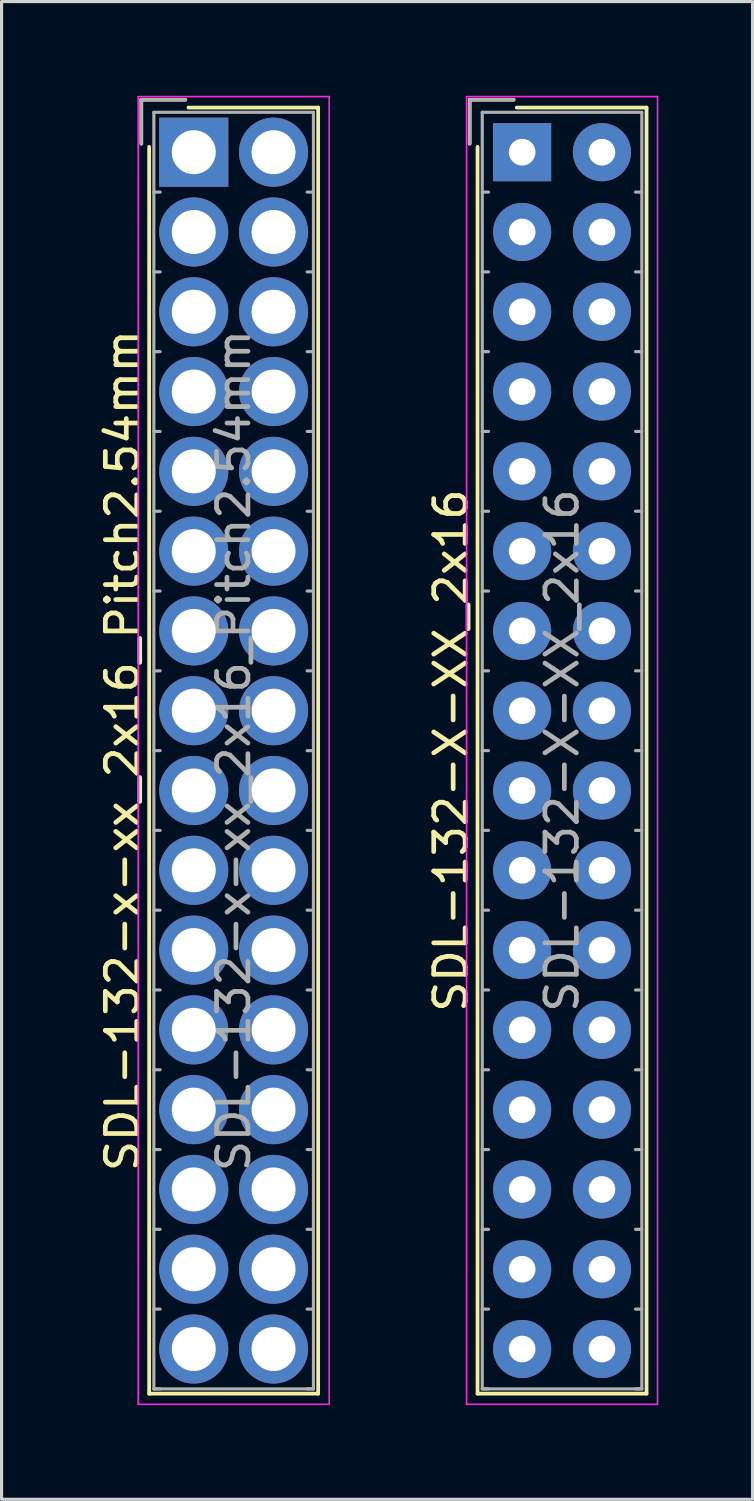
<source format=kicad_pcb>
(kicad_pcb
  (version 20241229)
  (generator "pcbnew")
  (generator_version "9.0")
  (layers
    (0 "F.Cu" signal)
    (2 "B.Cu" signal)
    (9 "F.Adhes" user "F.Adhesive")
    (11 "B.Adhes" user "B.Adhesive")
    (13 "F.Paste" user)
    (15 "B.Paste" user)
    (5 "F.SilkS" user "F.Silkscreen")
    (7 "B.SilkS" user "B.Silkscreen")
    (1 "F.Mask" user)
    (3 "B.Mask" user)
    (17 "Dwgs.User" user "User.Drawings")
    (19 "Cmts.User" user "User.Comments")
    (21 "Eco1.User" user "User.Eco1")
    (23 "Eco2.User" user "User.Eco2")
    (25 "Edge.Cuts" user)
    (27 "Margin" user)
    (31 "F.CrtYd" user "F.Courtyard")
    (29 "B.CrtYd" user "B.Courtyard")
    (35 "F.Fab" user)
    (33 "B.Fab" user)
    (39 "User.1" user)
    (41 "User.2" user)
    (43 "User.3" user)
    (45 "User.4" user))
  (footprint "SDL-132-X-XX_2x16"
    (layer "F.Cu")
    (at 13.572 1.795)
    (property "Reference" "SDL-132-X-XX_2x16" (at -2.27 19.05 90) (layer "F.SilkS") (effects (font (size 1 1) (thickness 0.15))))
    (attr through_hole)
    (fp_line (start -1.67 -1.67) (end -1.67 -0.27) (stroke (width 0.12) (type solid)) (layer "F.SilkS"))
    (fp_line (start -1.42 39.52) (end -1.42 -0.17) (stroke (width 0.12) (type solid)) (layer "F.SilkS"))
    (fp_line (start -0.27 -1.67) (end -1.67 -1.67) (stroke (width 0.12) (type solid)) (layer "F.SilkS"))
    (fp_line (start -0.17 -1.42) (end 3.96 -1.42) (stroke (width 0.12) (type solid)) (layer "F.SilkS"))
    (fp_line (start 3.96 -1.42) (end 3.96 39.52) (stroke (width 0.12) (type solid)) (layer "F.SilkS"))
    (fp_line (start 3.96 39.52) (end -1.42 39.52) (stroke (width 0.12) (type solid)) (layer "F.SilkS"))
    (fp_line (start -1.77 -1.77) (end -1.77 39.86) (stroke (width 0.05) (type solid)) (layer "F.CrtYd"))
    (fp_line (start -1.77 39.86) (end 4.31 39.86) (stroke (width 0.05) (type solid)) (layer "F.CrtYd"))
    (fp_line (start 4.31 -1.77) (end -1.77 -1.77) (stroke (width 0.05) (type solid)) (layer "F.CrtYd"))
    (fp_line (start 4.31 39.86) (end 4.31 -1.77) (stroke (width 0.05) (type solid)) (layer "F.CrtYd"))
    (fp_line (start -1.67 -1.67) (end -1.67 -0.27) (stroke (width 0.1) (type solid)) (layer "F.Fab"))
    (fp_line (start -1.27 -1.27) (end -1.27 39.37) (stroke (width 0.1) (type solid)) (layer "F.Fab"))
    (fp_line (start -1.27 1.27) (end -1.07 1.27) (stroke (width 0.1) (type solid)) (layer "F.Fab"))
    (fp_line (start -1.27 3.81) (end -1.07 3.81) (stroke (width 0.1) (type solid)) (layer "F.Fab"))
    (fp_line (start -1.27 6.35) (end -1.07 6.35) (stroke (width 0.1) (type solid)) (layer "F.Fab"))
    (fp_line (start -1.27 8.89) (end -1.07 8.89) (stroke (width 0.1) (type solid)) (layer "F.Fab"))
    (fp_line (start -1.27 11.43) (end -1.07 11.43) (stroke (width 0.1) (type solid)) (layer "F.Fab"))
    (fp_line (start -1.27 13.97) (end -1.07 13.97) (stroke (width 0.1) (type solid)) (layer "F.Fab"))
    (fp_line (start -1.27 16.51) (end -1.07 16.51) (stroke (width 0.1) (type solid)) (layer "F.Fab"))
    (fp_line (start -1.27 19.05) (end -1.07 19.05) (stroke (width 0.1) (type solid)) (layer "F.Fab"))
    (fp_line (start -1.27 21.59) (end -1.07 21.59) (stroke (width 0.1) (type solid)) (layer "F.Fab"))
    (fp_line (start -1.27 24.13) (end -1.07 24.13) (stroke (width 0.1) (type solid)) (layer "F.Fab"))
    (fp_line (start -1.27 26.67) (end -1.07 26.67) (stroke (width 0.1) (type solid)) (layer "F.Fab"))
    (fp_line (start -1.27 29.21) (end -1.07 29.21) (stroke (width 0.1) (type solid)) (layer "F.Fab"))
    (fp_line (start -1.27 31.75) (end -1.07 31.75) (stroke (width 0.1) (type solid)) (layer "F.Fab"))
    (fp_line (start -1.27 34.29) (end -1.07 34.29) (stroke (width 0.1) (type solid)) (layer "F.Fab"))
    (fp_line (start -1.27 36.83) (end -1.07 36.83) (stroke (width 0.1) (type solid)) (layer "F.Fab"))
    (fp_line (start -1.27 39.37) (end -1.07 39.37) (stroke (width 0.1) (type solid)) (layer "F.Fab"))
    (fp_line (start -1.27 39.37) (end 3.81 39.37) (stroke (width 0.1) (type solid)) (layer "F.Fab"))
    (fp_line (start -0.27 -1.67) (end -1.67 -1.67) (stroke (width 0.1) (type solid)) (layer "F.Fab"))
    (fp_line (start 3.81 -1.27) (end -1.27 -1.27) (stroke (width 0.1) (type solid)) (layer "F.Fab"))
    (fp_line (start 3.81 1.27) (end 3.61 1.27) (stroke (width 0.1) (type solid)) (layer "F.Fab"))
    (fp_line (start 3.81 3.81) (end 3.61 3.81) (stroke (width 0.1) (type solid)) (layer "F.Fab"))
    (fp_line (start 3.81 6.35) (end 3.61 6.35) (stroke (width 0.1) (type solid)) (layer "F.Fab"))
    (fp_line (start 3.81 8.89) (end 3.61 8.89) (stroke (width 0.1) (type solid)) (layer "F.Fab"))
    (fp_line (start 3.81 11.43) (end 3.61 11.43) (stroke (width 0.1) (type solid)) (layer "F.Fab"))
    (fp_line (start 3.81 13.97) (end 3.61 13.97) (stroke (width 0.1) (type solid)) (layer "F.Fab"))
    (fp_line (start 3.81 16.51) (end 3.61 16.51) (stroke (width 0.1) (type solid)) (layer "F.Fab"))
    (fp_line (start 3.81 19.05) (end 3.61 19.05) (stroke (width 0.1) (type solid)) (layer "F.Fab"))
    (fp_line (start 3.81 21.59) (end 3.61 21.59) (stroke (width 0.1) (type solid)) (layer "F.Fab"))
    (fp_line (start 3.81 24.13) (end 3.61 24.13) (stroke (width 0.1) (type solid)) (layer "F.Fab"))
    (fp_line (start 3.81 26.67) (end 3.61 26.67) (stroke (width 0.1) (type solid)) (layer "F.Fab"))
    (fp_line (start 3.81 29.21) (end 3.61 29.21) (stroke (width 0.1) (type solid)) (layer "F.Fab"))
    (fp_line (start 3.81 31.75) (end 3.61 31.75) (stroke (width 0.1) (type solid)) (layer "F.Fab"))
    (fp_line (start 3.81 34.29) (end 3.61 34.29) (stroke (width 0.1) (type solid)) (layer "F.Fab"))
    (fp_line (start 3.81 36.83) (end 3.61 36.83) (stroke (width 0.1) (type solid)) (layer "F.Fab"))
    (fp_line (start 3.81 39.37) (end 3.61 39.37) (stroke (width 0.1) (type solid)) (layer "F.Fab"))
    (fp_line (start 3.81 39.37) (end 3.81 -1.27) (stroke (width 0.1) (type solid)) (layer "F.Fab"))
    (fp_text user "${REFERENCE}" (at 1.27 19.05 90) (layer "F.Fab") (effects (font (size 1 1) (thickness 0.15))))
    (pad "1" thru_hole rect (at 0 0) (size 1.85 1.85) (drill 0.85) (layers "*.Cu" "*.Mask"))
    (pad "2" thru_hole circle (at 2.54 0) (size 1.85 1.85) (drill 0.85) (layers "*.Cu" "*.Mask"))
    (pad "3" thru_hole circle (at 0 2.54) (size 1.85 1.85) (drill 0.85) (layers "*.Cu" "*.Mask"))
    (pad "4" thru_hole circle (at 2.54 2.54) (size 1.85 1.85) (drill 0.85) (layers "*.Cu" "*.Mask"))
    (pad "5" thru_hole circle (at 0 5.08) (size 1.85 1.85) (drill 0.85) (layers "*.Cu" "*.Mask"))
    (pad "6" thru_hole circle (at 2.54 5.08) (size 1.85 1.85) (drill 0.85) (layers "*.Cu" "*.Mask"))
    (pad "7" thru_hole circle (at 0 7.62) (size 1.85 1.85) (drill 0.85) (layers "*.Cu" "*.Mask"))
    (pad "8" thru_hole circle (at 2.54 7.62) (size 1.85 1.85) (drill 0.85) (layers "*.Cu" "*.Mask"))
    (pad "9" thru_hole circle (at 0 10.16) (size 1.85 1.85) (drill 0.85) (layers "*.Cu" "*.Mask"))
    (pad "10" thru_hole circle (at 2.54 10.16) (size 1.85 1.85) (drill 0.85) (layers "*.Cu" "*.Mask"))
    (pad "11" thru_hole circle (at 0 12.7) (size 1.85 1.85) (drill 0.85) (layers "*.Cu" "*.Mask"))
    (pad "12" thru_hole circle (at 2.54 12.7) (size 1.85 1.85) (drill 0.85) (layers "*.Cu" "*.Mask"))
    (pad "13" thru_hole circle (at 0 15.24) (size 1.85 1.85) (drill 0.85) (layers "*.Cu" "*.Mask"))
    (pad "14" thru_hole circle (at 2.54 15.24) (size 1.85 1.85) (drill 0.85) (layers "*.Cu" "*.Mask"))
    (pad "15" thru_hole circle (at 0 17.78) (size 1.85 1.85) (drill 0.85) (layers "*.Cu" "*.Mask"))
    (pad "16" thru_hole circle (at 2.54 17.78) (size 1.85 1.85) (drill 0.85) (layers "*.Cu" "*.Mask"))
    (pad "17" thru_hole circle (at 0 20.32) (size 1.85 1.85) (drill 0.85) (layers "*.Cu" "*.Mask"))
    (pad "18" thru_hole circle (at 2.54 20.32) (size 1.85 1.85) (drill 0.85) (layers "*.Cu" "*.Mask"))
    (pad "19" thru_hole circle (at 0 22.86) (size 1.85 1.85) (drill 0.85) (layers "*.Cu" "*.Mask"))
    (pad "20" thru_hole circle (at 2.54 22.86) (size 1.85 1.85) (drill 0.85) (layers "*.Cu" "*.Mask"))
    (pad "21" thru_hole circle (at 0 25.4) (size 1.85 1.85) (drill 0.85) (layers "*.Cu" "*.Mask"))
    (pad "22" thru_hole circle (at 2.54 25.4) (size 1.85 1.85) (drill 0.85) (layers "*.Cu" "*.Mask"))
    (pad "23" thru_hole circle (at 0 27.94) (size 1.85 1.85) (drill 0.85) (layers "*.Cu" "*.Mask"))
    (pad "24" thru_hole circle (at 2.54 27.94) (size 1.85 1.85) (drill 0.85) (layers "*.Cu" "*.Mask"))
    (pad "25" thru_hole circle (at 0 30.48) (size 1.85 1.85) (drill 0.85) (layers "*.Cu" "*.Mask"))
    (pad "26" thru_hole circle (at 2.54 30.48) (size 1.85 1.85) (drill 0.85) (layers "*.Cu" "*.Mask"))
    (pad "27" thru_hole circle (at 0 33.02) (size 1.85 1.85) (drill 0.85) (layers "*.Cu" "*.Mask"))
    (pad "28" thru_hole circle (at 2.54 33.02) (size 1.85 1.85) (drill 0.85) (layers "*.Cu" "*.Mask"))
    (pad "29" thru_hole circle (at 0 35.56) (size 1.85 1.85) (drill 0.85) (layers "*.Cu" "*.Mask"))
    (pad "30" thru_hole circle (at 2.54 35.56) (size 1.85 1.85) (drill 0.85) (layers "*.Cu" "*.Mask"))
    (pad "31" thru_hole circle (at 0 38.1) (size 1.85 1.85) (drill 0.85) (layers "*.Cu" "*.Mask"))
    (pad "32" thru_hole circle (at 2.54 38.1) (size 1.85 1.85) (drill 0.85) (layers "*.Cu" "*.Mask")))
  (footprint "SDL-132-x-xx_2x16_Pitch2.54mm"
    (layer "F.Cu")
    (at 3.118 1.795)
    (property "Reference" "SDL-132-x-xx_2x16_Pitch2.54mm" (at -2.27 19.05 90) (layer "F.SilkS") (effects (font (size 1 1) (thickness 0.15))))
    (attr through_hole)
    (fp_line (start -1.67 -1.67) (end -1.67 -0.27) (stroke (width 0.12) (type solid)) (layer "F.SilkS"))
    (fp_line (start -1.42 39.52) (end -1.42 -0.17) (stroke (width 0.12) (type solid)) (layer "F.SilkS"))
    (fp_line (start -0.27 -1.67) (end -1.67 -1.67) (stroke (width 0.12) (type solid)) (layer "F.SilkS"))
    (fp_line (start -0.17 -1.42) (end 3.96 -1.42) (stroke (width 0.12) (type solid)) (layer "F.SilkS"))
    (fp_line (start 3.96 -1.42) (end 3.96 39.52) (stroke (width 0.12) (type solid)) (layer "F.SilkS"))
    (fp_line (start 3.96 39.52) (end -1.42 39.52) (stroke (width 0.12) (type solid)) (layer "F.SilkS"))
    (fp_line (start -1.77 -1.77) (end -1.77 39.86) (stroke (width 0.05) (type solid)) (layer "F.CrtYd"))
    (fp_line (start -1.77 39.86) (end 4.31 39.86) (stroke (width 0.05) (type solid)) (layer "F.CrtYd"))
    (fp_line (start 4.31 -1.77) (end -1.77 -1.77) (stroke (width 0.05) (type solid)) (layer "F.CrtYd"))
    (fp_line (start 4.31 39.86) (end 4.31 -1.77) (stroke (width 0.05) (type solid)) (layer "F.CrtYd"))
    (fp_line (start -1.67 -1.67) (end -1.67 -0.27) (stroke (width 0.1) (type solid)) (layer "F.Fab"))
    (fp_line (start -1.27 -1.27) (end -1.27 39.37) (stroke (width 0.1) (type solid)) (layer "F.Fab"))
    (fp_line (start -1.27 1.27) (end -1.07 1.27) (stroke (width 0.1) (type solid)) (layer "F.Fab"))
    (fp_line (start -1.27 3.81) (end -1.07 3.81) (stroke (width 0.1) (type solid)) (layer "F.Fab"))
    (fp_line (start -1.27 6.35) (end -1.07 6.35) (stroke (width 0.1) (type solid)) (layer "F.Fab"))
    (fp_line (start -1.27 8.89) (end -1.07 8.89) (stroke (width 0.1) (type solid)) (layer "F.Fab"))
    (fp_line (start -1.27 11.43) (end -1.07 11.43) (stroke (width 0.1) (type solid)) (layer "F.Fab"))
    (fp_line (start -1.27 13.97) (end -1.07 13.97) (stroke (width 0.1) (type solid)) (layer "F.Fab"))
    (fp_line (start -1.27 16.51) (end -1.07 16.51) (stroke (width 0.1) (type solid)) (layer "F.Fab"))
    (fp_line (start -1.27 19.05) (end -1.07 19.05) (stroke (width 0.1) (type solid)) (layer "F.Fab"))
    (fp_line (start -1.27 21.59) (end -1.07 21.59) (stroke (width 0.1) (type solid)) (layer "F.Fab"))
    (fp_line (start -1.27 24.13) (end -1.07 24.13) (stroke (width 0.1) (type solid)) (layer "F.Fab"))
    (fp_line (start -1.27 26.67) (end -1.07 26.67) (stroke (width 0.1) (type solid)) (layer "F.Fab"))
    (fp_line (start -1.27 29.21) (end -1.07 29.21) (stroke (width 0.1) (type solid)) (layer "F.Fab"))
    (fp_line (start -1.27 31.75) (end -1.07 31.75) (stroke (width 0.1) (type solid)) (layer "F.Fab"))
    (fp_line (start -1.27 34.29) (end -1.07 34.29) (stroke (width 0.1) (type solid)) (layer "F.Fab"))
    (fp_line (start -1.27 36.83) (end -1.07 36.83) (stroke (width 0.1) (type solid)) (layer "F.Fab"))
    (fp_line (start -1.27 39.37) (end -1.07 39.37) (stroke (width 0.1) (type solid)) (layer "F.Fab"))
    (fp_line (start -1.27 39.37) (end 3.81 39.37) (stroke (width 0.1) (type solid)) (layer "F.Fab"))
    (fp_line (start -0.27 -1.67) (end -1.67 -1.67) (stroke (width 0.1) (type solid)) (layer "F.Fab"))
    (fp_line (start 3.81 -1.27) (end -1.27 -1.27) (stroke (width 0.1) (type solid)) (layer "F.Fab"))
    (fp_line (start 3.81 1.27) (end 3.61 1.27) (stroke (width 0.1) (type solid)) (layer "F.Fab"))
    (fp_line (start 3.81 3.81) (end 3.61 3.81) (stroke (width 0.1) (type solid)) (layer "F.Fab"))
    (fp_line (start 3.81 6.35) (end 3.61 6.35) (stroke (width 0.1) (type solid)) (layer "F.Fab"))
    (fp_line (start 3.81 8.89) (end 3.61 8.89) (stroke (width 0.1) (type solid)) (layer "F.Fab"))
    (fp_line (start 3.81 11.43) (end 3.61 11.43) (stroke (width 0.1) (type solid)) (layer "F.Fab"))
    (fp_line (start 3.81 13.97) (end 3.61 13.97) (stroke (width 0.1) (type solid)) (layer "F.Fab"))
    (fp_line (start 3.81 16.51) (end 3.61 16.51) (stroke (width 0.1) (type solid)) (layer "F.Fab"))
    (fp_line (start 3.81 19.05) (end 3.61 19.05) (stroke (width 0.1) (type solid)) (layer "F.Fab"))
    (fp_line (start 3.81 21.59) (end 3.61 21.59) (stroke (width 0.1) (type solid)) (layer "F.Fab"))
    (fp_line (start 3.81 24.13) (end 3.61 24.13) (stroke (width 0.1) (type solid)) (layer "F.Fab"))
    (fp_line (start 3.81 26.67) (end 3.61 26.67) (stroke (width 0.1) (type solid)) (layer "F.Fab"))
    (fp_line (start 3.81 29.21) (end 3.61 29.21) (stroke (width 0.1) (type solid)) (layer "F.Fab"))
    (fp_line (start 3.81 31.75) (end 3.61 31.75) (stroke (width 0.1) (type solid)) (layer "F.Fab"))
    (fp_line (start 3.81 34.29) (end 3.61 34.29) (stroke (width 0.1) (type solid)) (layer "F.Fab"))
    (fp_line (start 3.81 36.83) (end 3.61 36.83) (stroke (width 0.1) (type solid)) (layer "F.Fab"))
    (fp_line (start 3.81 39.37) (end 3.61 39.37) (stroke (width 0.1) (type solid)) (layer "F.Fab"))
    (fp_line (start 3.81 39.37) (end 3.81 -1.27) (stroke (width 0.1) (type solid)) (layer "F.Fab"))
    (fp_text user "${REFERENCE}" (at 1.27 19.05 90) (layer "F.Fab") (effects (font (size 1 1) (thickness 0.15))))
    (pad "1" thru_hole rect (at 0 0) (size 2.2 2.2) (drill 1.4) (layers "*.Cu" "*.Mask"))
    (pad "2" thru_hole circle (at 2.54 0) (size 2.2 2.2) (drill 1.4) (layers "*.Cu" "*.Mask"))
    (pad "3" thru_hole circle (at 0 2.54) (size 2.2 2.2) (drill 1.4) (layers "*.Cu" "*.Mask"))
    (pad "4" thru_hole circle (at 2.54 2.54) (size 2.2 2.2) (drill 1.4) (layers "*.Cu" "*.Mask"))
    (pad "5" thru_hole circle (at 0 5.08) (size 2.2 2.2) (drill 1.4) (layers "*.Cu" "*.Mask"))
    (pad "6" thru_hole circle (at 2.54 5.08) (size 2.2 2.2) (drill 1.4) (layers "*.Cu" "*.Mask"))
    (pad "7" thru_hole circle (at 0 7.62) (size 2.2 2.2) (drill 1.4) (layers "*.Cu" "*.Mask"))
    (pad "8" thru_hole circle (at 2.54 7.62) (size 2.2 2.2) (drill 1.4) (layers "*.Cu" "*.Mask"))
    (pad "9" thru_hole circle (at 0 10.16) (size 2.2 2.2) (drill 1.4) (layers "*.Cu" "*.Mask"))
    (pad "10" thru_hole circle (at 2.54 10.16) (size 2.2 2.2) (drill 1.4) (layers "*.Cu" "*.Mask"))
    (pad "11" thru_hole circle (at 0 12.7) (size 2.2 2.2) (drill 1.4) (layers "*.Cu" "*.Mask"))
    (pad "12" thru_hole circle (at 2.54 12.7) (size 2.2 2.2) (drill 1.4) (layers "*.Cu" "*.Mask"))
    (pad "13" thru_hole circle (at 0 15.24) (size 2.2 2.2) (drill 1.4) (layers "*.Cu" "*.Mask"))
    (pad "14" thru_hole circle (at 2.54 15.24) (size 2.2 2.2) (drill 1.4) (layers "*.Cu" "*.Mask"))
    (pad "15" thru_hole circle (at 0 17.78) (size 2.2 2.2) (drill 1.4) (layers "*.Cu" "*.Mask"))
    (pad "16" thru_hole circle (at 2.54 17.78) (size 2.2 2.2) (drill 1.4) (layers "*.Cu" "*.Mask"))
    (pad "17" thru_hole circle (at 0 20.32) (size 2.2 2.2) (drill 1.4) (layers "*.Cu" "*.Mask"))
    (pad "18" thru_hole circle (at 2.54 20.32) (size 2.2 2.2) (drill 1.4) (layers "*.Cu" "*.Mask"))
    (pad "19" thru_hole circle (at 0 22.86) (size 2.2 2.2) (drill 1.4) (layers "*.Cu" "*.Mask"))
    (pad "20" thru_hole circle (at 2.54 22.86) (size 2.2 2.2) (drill 1.4) (layers "*.Cu" "*.Mask"))
    (pad "21" thru_hole circle (at 0 25.4) (size 2.2 2.2) (drill 1.4) (layers "*.Cu" "*.Mask"))
    (pad "22" thru_hole circle (at 2.54 25.4) (size 2.2 2.2) (drill 1.4) (layers "*.Cu" "*.Mask"))
    (pad "23" thru_hole circle (at 0 27.94) (size 2.2 2.2) (drill 1.4) (layers "*.Cu" "*.Mask"))
    (pad "24" thru_hole circle (at 2.54 27.94) (size 2.2 2.2) (drill 1.4) (layers "*.Cu" "*.Mask"))
    (pad "25" thru_hole circle (at 0 30.48) (size 2.2 2.2) (drill 1.4) (layers "*.Cu" "*.Mask"))
    (pad "26" thru_hole circle (at 2.54 30.48) (size 2.2 2.2) (drill 1.4) (layers "*.Cu" "*.Mask"))
    (pad "27" thru_hole circle (at 0 33.02) (size 2.2 2.2) (drill 1.4) (layers "*.Cu" "*.Mask"))
    (pad "28" thru_hole circle (at 2.54 33.02) (size 2.2 2.2) (drill 1.4) (layers "*.Cu" "*.Mask"))
    (pad "29" thru_hole circle (at 0 35.56) (size 2.2 2.2) (drill 1.4) (layers "*.Cu" "*.Mask"))
    (pad "30" thru_hole circle (at 2.54 35.56) (size 2.2 2.2) (drill 1.4) (layers "*.Cu" "*.Mask"))
    (pad "31" thru_hole circle (at 0 38.1) (size 2.2 2.2) (drill 1.4) (layers "*.Cu" "*.Mask"))
    (pad "32" thru_hole circle (at 2.54 38.1) (size 2.2 2.2) (drill 1.4) (layers "*.Cu" "*.Mask")))
  (gr_rect
    (start -3 -3)
    (end 20.907 44.68)
    (stroke (width 0.1) (type default))
    (fill no)
    (layer "Edge.Cuts")))
</source>
